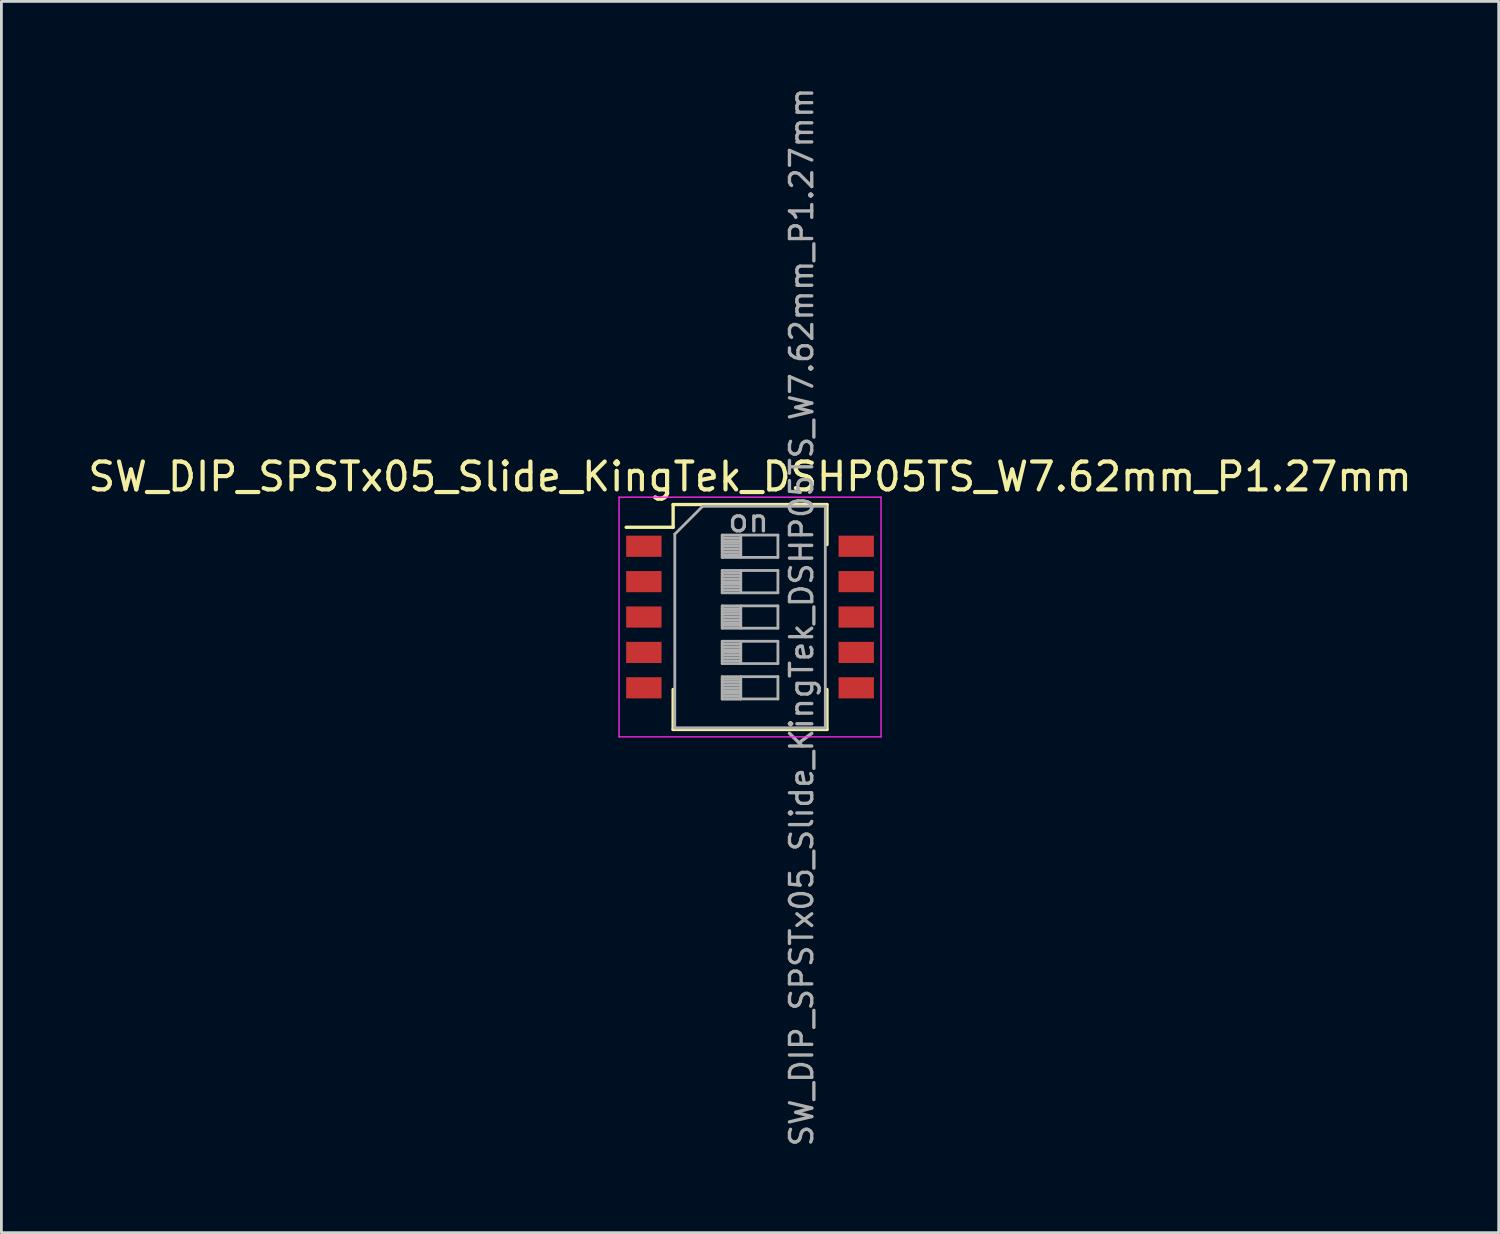
<source format=kicad_pcb>
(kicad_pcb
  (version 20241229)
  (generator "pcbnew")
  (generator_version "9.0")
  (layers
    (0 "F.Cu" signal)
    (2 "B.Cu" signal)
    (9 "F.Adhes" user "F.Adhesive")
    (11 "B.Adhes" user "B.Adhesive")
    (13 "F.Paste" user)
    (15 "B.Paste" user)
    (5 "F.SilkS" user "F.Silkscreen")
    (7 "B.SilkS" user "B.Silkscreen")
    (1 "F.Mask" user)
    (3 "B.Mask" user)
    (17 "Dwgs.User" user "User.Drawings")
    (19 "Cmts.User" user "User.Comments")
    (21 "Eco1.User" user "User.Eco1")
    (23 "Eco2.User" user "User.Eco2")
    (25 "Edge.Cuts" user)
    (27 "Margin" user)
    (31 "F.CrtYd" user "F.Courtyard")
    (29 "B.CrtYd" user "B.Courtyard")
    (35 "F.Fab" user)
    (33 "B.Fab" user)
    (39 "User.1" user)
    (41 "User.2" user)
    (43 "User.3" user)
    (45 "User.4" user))
  (footprint "SW_DIP_SPSTx05_Slide_KingTek_DSHP05TS_W7.62mm_P1.27mm"
    (layer "F.Cu")
    (at 23.863 19.09)
    (property "Reference" "SW_DIP_SPSTx05_Slide_KingTek_DSHP05TS_W7.62mm_P1.27mm" (at 0 -5.035 0) (layer "F.SilkS") (effects (font (size 1 1) (thickness 0.15))))
    (attr smd)
    (fp_line (start -4.446 -3.22) (end -2.76 -3.22) (stroke (width 0.12) (type solid)) (layer "F.SilkS"))
    (fp_line (start -2.76 -4.036) (end -2.76 -3.22) (stroke (width 0.12) (type solid)) (layer "F.SilkS"))
    (fp_line (start -2.76 -4.036) (end 2.76 -4.036) (stroke (width 0.12) (type solid)) (layer "F.SilkS"))
    (fp_line (start -2.76 2.6) (end -2.76 4.035) (stroke (width 0.12) (type solid)) (layer "F.SilkS"))
    (fp_line (start -2.76 4.035) (end 2.76 4.035) (stroke (width 0.12) (type solid)) (layer "F.SilkS"))
    (fp_line (start 2.76 -4.036) (end 2.76 -2.601) (stroke (width 0.12) (type solid)) (layer "F.SilkS"))
    (fp_line (start 2.76 2.6) (end 2.76 4.035) (stroke (width 0.12) (type solid)) (layer "F.SilkS"))
    (fp_line (start -4.7 -4.3) (end -4.7 4.3) (stroke (width 0.05) (type solid)) (layer "F.CrtYd"))
    (fp_line (start -4.7 4.3) (end 4.7 4.3) (stroke (width 0.05) (type solid)) (layer "F.CrtYd"))
    (fp_line (start 4.7 -4.3) (end -4.7 -4.3) (stroke (width 0.05) (type solid)) (layer "F.CrtYd"))
    (fp_line (start 4.7 4.3) (end 4.7 -4.3) (stroke (width 0.05) (type solid)) (layer "F.CrtYd"))
    (fp_line (start -2.7 -2.975) (end -1.7 -3.975) (stroke (width 0.1) (type solid)) (layer "F.Fab"))
    (fp_line (start -2.7 3.975) (end -2.7 -2.975) (stroke (width 0.1) (type solid)) (layer "F.Fab"))
    (fp_line (start -1.7 -3.975) (end 2.7 -3.975) (stroke (width 0.1) (type solid)) (layer "F.Fab"))
    (fp_line (start -1 -2.94) (end -1 -2.14) (stroke (width 0.1) (type solid)) (layer "F.Fab"))
    (fp_line (start -1 -2.84) (end -0.333 -2.84) (stroke (width 0.1) (type solid)) (layer "F.Fab"))
    (fp_line (start -1 -2.74) (end -0.333 -2.74) (stroke (width 0.1) (type solid)) (layer "F.Fab"))
    (fp_line (start -1 -2.64) (end -0.333 -2.64) (stroke (width 0.1) (type solid)) (layer "F.Fab"))
    (fp_line (start -1 -2.54) (end -0.333 -2.54) (stroke (width 0.1) (type solid)) (layer "F.Fab"))
    (fp_line (start -1 -2.44) (end -0.333 -2.44) (stroke (width 0.1) (type solid)) (layer "F.Fab"))
    (fp_line (start -1 -2.34) (end -0.333 -2.34) (stroke (width 0.1) (type solid)) (layer "F.Fab"))
    (fp_line (start -1 -2.24) (end -0.333 -2.24) (stroke (width 0.1) (type solid)) (layer "F.Fab"))
    (fp_line (start -1 -2.14) (end 1 -2.14) (stroke (width 0.1) (type solid)) (layer "F.Fab"))
    (fp_line (start -1 -1.67) (end -1 -0.87) (stroke (width 0.1) (type solid)) (layer "F.Fab"))
    (fp_line (start -1 -1.57) (end -0.333 -1.57) (stroke (width 0.1) (type solid)) (layer "F.Fab"))
    (fp_line (start -1 -1.47) (end -0.333 -1.47) (stroke (width 0.1) (type solid)) (layer "F.Fab"))
    (fp_line (start -1 -1.37) (end -0.333 -1.37) (stroke (width 0.1) (type solid)) (layer "F.Fab"))
    (fp_line (start -1 -1.27) (end -0.333 -1.27) (stroke (width 0.1) (type solid)) (layer "F.Fab"))
    (fp_line (start -1 -1.17) (end -0.333 -1.17) (stroke (width 0.1) (type solid)) (layer "F.Fab"))
    (fp_line (start -1 -1.07) (end -0.333 -1.07) (stroke (width 0.1) (type solid)) (layer "F.Fab"))
    (fp_line (start -1 -0.97) (end -0.333 -0.97) (stroke (width 0.1) (type solid)) (layer "F.Fab"))
    (fp_line (start -1 -0.87) (end 1 -0.87) (stroke (width 0.1) (type solid)) (layer "F.Fab"))
    (fp_line (start -1 -0.4) (end -1 0.4) (stroke (width 0.1) (type solid)) (layer "F.Fab"))
    (fp_line (start -1 -0.3) (end -0.333 -0.3) (stroke (width 0.1) (type solid)) (layer "F.Fab"))
    (fp_line (start -1 -0.2) (end -0.333 -0.2) (stroke (width 0.1) (type solid)) (layer "F.Fab"))
    (fp_line (start -1 -0.1) (end -0.333 -0.1) (stroke (width 0.1) (type solid)) (layer "F.Fab"))
    (fp_line (start -1 0) (end -0.333 0) (stroke (width 0.1) (type solid)) (layer "F.Fab"))
    (fp_line (start -1 0.1) (end -0.333 0.1) (stroke (width 0.1) (type solid)) (layer "F.Fab"))
    (fp_line (start -1 0.2) (end -0.333 0.2) (stroke (width 0.1) (type solid)) (layer "F.Fab"))
    (fp_line (start -1 0.3) (end -0.333 0.3) (stroke (width 0.1) (type solid)) (layer "F.Fab"))
    (fp_line (start -1 0.4) (end 1 0.4) (stroke (width 0.1) (type solid)) (layer "F.Fab"))
    (fp_line (start -1 0.87) (end -1 1.67) (stroke (width 0.1) (type solid)) (layer "F.Fab"))
    (fp_line (start -1 0.97) (end -0.333 0.97) (stroke (width 0.1) (type solid)) (layer "F.Fab"))
    (fp_line (start -1 1.07) (end -0.333 1.07) (stroke (width 0.1) (type solid)) (layer "F.Fab"))
    (fp_line (start -1 1.17) (end -0.333 1.17) (stroke (width 0.1) (type solid)) (layer "F.Fab"))
    (fp_line (start -1 1.27) (end -0.333 1.27) (stroke (width 0.1) (type solid)) (layer "F.Fab"))
    (fp_line (start -1 1.37) (end -0.333 1.37) (stroke (width 0.1) (type solid)) (layer "F.Fab"))
    (fp_line (start -1 1.47) (end -0.333 1.47) (stroke (width 0.1) (type solid)) (layer "F.Fab"))
    (fp_line (start -1 1.57) (end -0.333 1.57) (stroke (width 0.1) (type solid)) (layer "F.Fab"))
    (fp_line (start -1 1.67) (end 1 1.67) (stroke (width 0.1) (type solid)) (layer "F.Fab"))
    (fp_line (start -1 2.14) (end -1 2.94) (stroke (width 0.1) (type solid)) (layer "F.Fab"))
    (fp_line (start -1 2.24) (end -0.333 2.24) (stroke (width 0.1) (type solid)) (layer "F.Fab"))
    (fp_line (start -1 2.34) (end -0.333 2.34) (stroke (width 0.1) (type solid)) (layer "F.Fab"))
    (fp_line (start -1 2.44) (end -0.333 2.44) (stroke (width 0.1) (type solid)) (layer "F.Fab"))
    (fp_line (start -1 2.54) (end -0.333 2.54) (stroke (width 0.1) (type solid)) (layer "F.Fab"))
    (fp_line (start -1 2.64) (end -0.333 2.64) (stroke (width 0.1) (type solid)) (layer "F.Fab"))
    (fp_line (start -1 2.74) (end -0.333 2.74) (stroke (width 0.1) (type solid)) (layer "F.Fab"))
    (fp_line (start -1 2.84) (end -0.333 2.84) (stroke (width 0.1) (type solid)) (layer "F.Fab"))
    (fp_line (start -1 2.94) (end -0.333 2.94) (stroke (width 0.1) (type solid)) (layer "F.Fab"))
    (fp_line (start -1 2.94) (end 1 2.94) (stroke (width 0.1) (type solid)) (layer "F.Fab"))
    (fp_line (start -0.333 -2.94) (end -0.333 -2.14) (stroke (width 0.1) (type solid)) (layer "F.Fab"))
    (fp_line (start -0.333 -1.67) (end -0.333 -0.87) (stroke (width 0.1) (type solid)) (layer "F.Fab"))
    (fp_line (start -0.333 -0.4) (end -0.333 0.4) (stroke (width 0.1) (type solid)) (layer "F.Fab"))
    (fp_line (start -0.333 0.87) (end -0.333 1.67) (stroke (width 0.1) (type solid)) (layer "F.Fab"))
    (fp_line (start -0.333 2.14) (end -0.333 2.94) (stroke (width 0.1) (type solid)) (layer "F.Fab"))
    (fp_line (start 1 -2.94) (end -1 -2.94) (stroke (width 0.1) (type solid)) (layer "F.Fab"))
    (fp_line (start 1 -2.14) (end 1 -2.94) (stroke (width 0.1) (type solid)) (layer "F.Fab"))
    (fp_line (start 1 -1.67) (end -1 -1.67) (stroke (width 0.1) (type solid)) (layer "F.Fab"))
    (fp_line (start 1 -0.87) (end 1 -1.67) (stroke (width 0.1) (type solid)) (layer "F.Fab"))
    (fp_line (start 1 -0.4) (end -1 -0.4) (stroke (width 0.1) (type solid)) (layer "F.Fab"))
    (fp_line (start 1 0.4) (end 1 -0.4) (stroke (width 0.1) (type solid)) (layer "F.Fab"))
    (fp_line (start 1 0.87) (end -1 0.87) (stroke (width 0.1) (type solid)) (layer "F.Fab"))
    (fp_line (start 1 1.67) (end 1 0.87) (stroke (width 0.1) (type solid)) (layer "F.Fab"))
    (fp_line (start 1 2.14) (end -1 2.14) (stroke (width 0.1) (type solid)) (layer "F.Fab"))
    (fp_line (start 1 2.94) (end 1 2.14) (stroke (width 0.1) (type solid)) (layer "F.Fab"))
    (fp_line (start 2.7 -3.975) (end 2.7 3.975) (stroke (width 0.1) (type solid)) (layer "F.Fab"))
    (fp_line (start 2.7 3.975) (end -2.7 3.975) (stroke (width 0.1) (type solid)) (layer "F.Fab"))
    (fp_text user "${REFERENCE}" (at 1.85 0 90) (layer "F.Fab") (effects (font (size 0.8 0.8) (thickness 0.12))))
    (fp_text user "on" (at -0.055 -3.458 0) (layer "F.Fab") (effects (font (size 0.8 0.8) (thickness 0.12))))
    (pad "1" smd rect (at -3.81 -2.54) (size 1.27 0.76) (layers "F.Cu" "F.Mask" "F.Paste"))
    (pad "2" smd rect (at -3.81 -1.27) (size 1.27 0.76) (layers "F.Cu" "F.Mask" "F.Paste"))
    (pad "3" smd rect (at -3.81 0) (size 1.27 0.76) (layers "F.Cu" "F.Mask" "F.Paste"))
    (pad "4" smd rect (at -3.81 1.27) (size 1.27 0.76) (layers "F.Cu" "F.Mask" "F.Paste"))
    (pad "5" smd rect (at -3.81 2.54) (size 1.27 0.76) (layers "F.Cu" "F.Mask" "F.Paste"))
    (pad "6" smd rect (at 3.81 2.54) (size 1.27 0.76) (layers "F.Cu" "F.Mask" "F.Paste"))
    (pad "7" smd rect (at 3.81 1.27) (size 1.27 0.76) (layers "F.Cu" "F.Mask" "F.Paste"))
    (pad "8" smd rect (at 3.81 0) (size 1.27 0.76) (layers "F.Cu" "F.Mask" "F.Paste"))
    (pad "9" smd rect (at 3.81 -1.27) (size 1.27 0.76) (layers "F.Cu" "F.Mask" "F.Paste"))
    (pad "10" smd rect (at 3.81 -2.54) (size 1.27 0.76) (layers "F.Cu" "F.Mask" "F.Paste")))
  (gr_rect
    (start -3 -3)
    (end 50.726 41.181)
    (stroke (width 0.1) (type default))
    (fill no)
    (layer "Edge.Cuts")))
</source>
